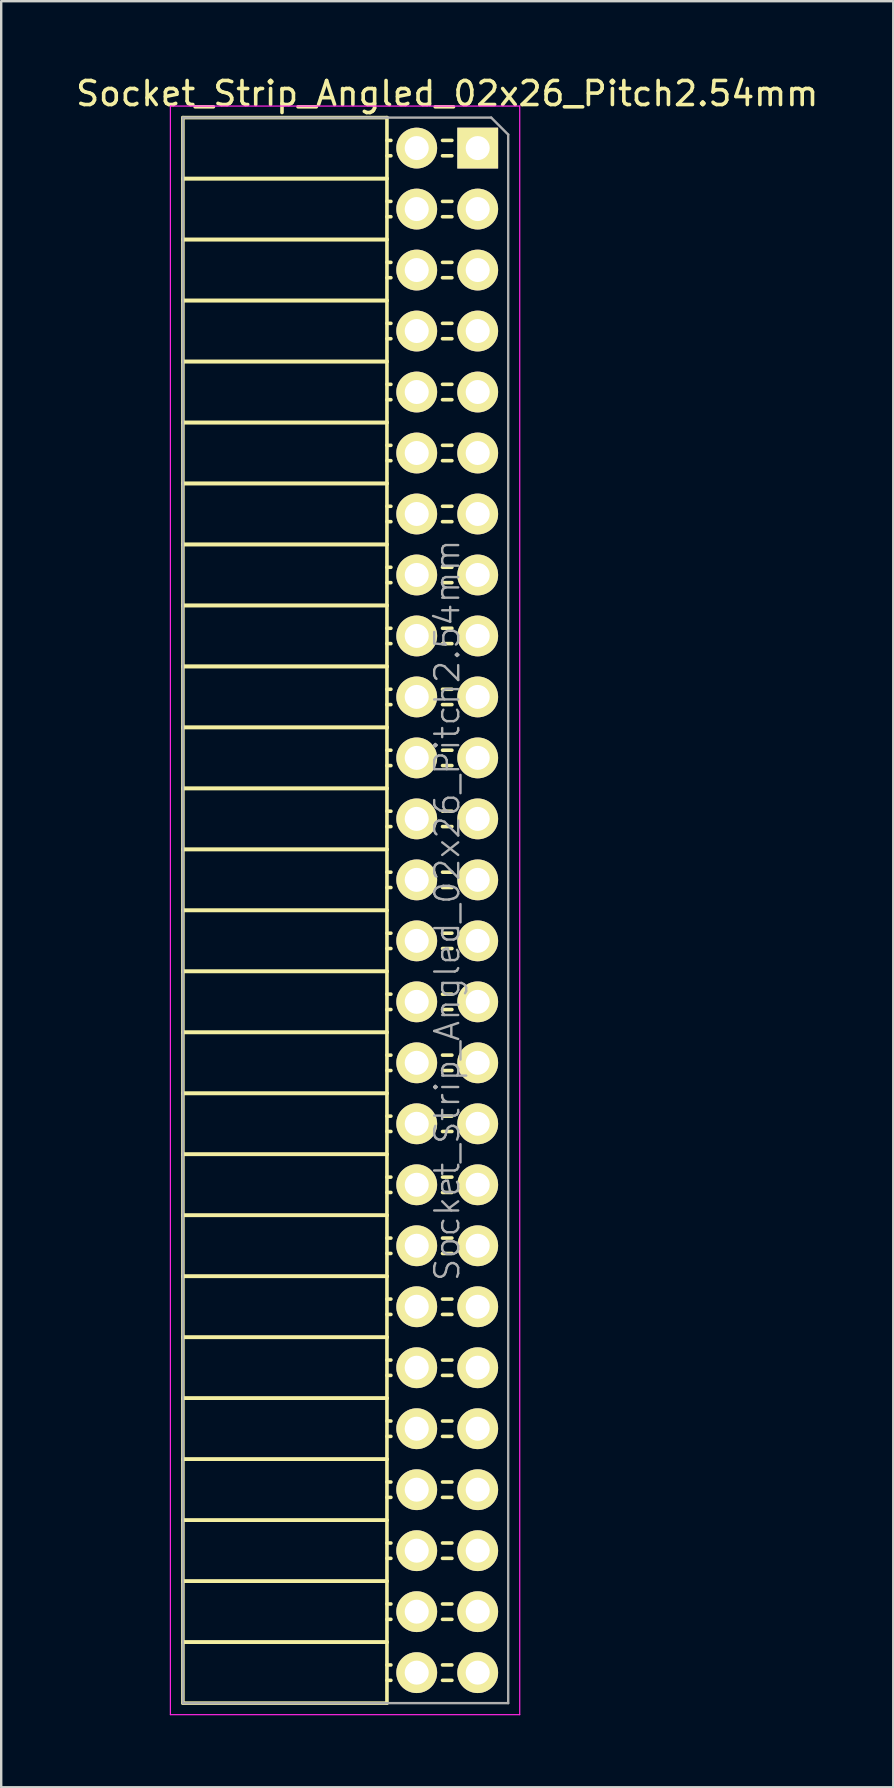
<source format=kicad_pcb>
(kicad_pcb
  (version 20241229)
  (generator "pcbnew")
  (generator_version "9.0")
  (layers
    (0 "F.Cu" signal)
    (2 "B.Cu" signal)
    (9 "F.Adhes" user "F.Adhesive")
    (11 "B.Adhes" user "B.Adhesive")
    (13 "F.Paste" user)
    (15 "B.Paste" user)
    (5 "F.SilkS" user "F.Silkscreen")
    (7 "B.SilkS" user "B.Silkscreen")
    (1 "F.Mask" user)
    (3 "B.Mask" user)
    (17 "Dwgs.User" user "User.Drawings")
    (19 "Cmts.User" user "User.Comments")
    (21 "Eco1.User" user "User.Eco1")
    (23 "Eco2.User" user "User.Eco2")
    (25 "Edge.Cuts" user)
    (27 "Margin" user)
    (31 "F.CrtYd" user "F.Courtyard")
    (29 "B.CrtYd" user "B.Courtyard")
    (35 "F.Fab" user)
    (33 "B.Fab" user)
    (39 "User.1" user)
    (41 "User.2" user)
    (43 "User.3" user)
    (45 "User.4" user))
  (footprint "Socket_Strip_Angled_02x26_Pitch2.54mm"
    (layer "F.Cu")
    (at 16.847 3.118)
    (property "Reference" "Socket_Strip_Angled_02x26_Pitch2.54mm" (at -1.27 -2.27 0) (layer "F.SilkS") (effects (font (size 1 1) (thickness 0.15))))
    (attr smd)
    (fp_line (start -12.28 -1.27) (end -12.28 1.27) (stroke (width 0.15) (type solid)) (layer "F.SilkS"))
    (fp_line (start -12.28 -1.27) (end -3.78 -1.27) (stroke (width 0.15) (type solid)) (layer "F.SilkS"))
    (fp_line (start -12.28 1.27) (end -12.28 3.81) (stroke (width 0.15) (type solid)) (layer "F.SilkS"))
    (fp_line (start -12.28 1.27) (end -3.78 1.27) (stroke (width 0.15) (type solid)) (layer "F.SilkS"))
    (fp_line (start -12.28 1.27) (end -3.78 1.27) (stroke (width 0.15) (type solid)) (layer "F.SilkS"))
    (fp_line (start -12.28 3.81) (end -12.28 6.35) (stroke (width 0.15) (type solid)) (layer "F.SilkS"))
    (fp_line (start -12.28 3.81) (end -3.78 3.81) (stroke (width 0.15) (type solid)) (layer "F.SilkS"))
    (fp_line (start -12.28 3.81) (end -3.78 3.81) (stroke (width 0.15) (type solid)) (layer "F.SilkS"))
    (fp_line (start -12.28 6.35) (end -12.28 8.89) (stroke (width 0.15) (type solid)) (layer "F.SilkS"))
    (fp_line (start -12.28 6.35) (end -3.78 6.35) (stroke (width 0.15) (type solid)) (layer "F.SilkS"))
    (fp_line (start -12.28 6.35) (end -3.78 6.35) (stroke (width 0.15) (type solid)) (layer "F.SilkS"))
    (fp_line (start -12.28 8.89) (end -12.28 11.43) (stroke (width 0.15) (type solid)) (layer "F.SilkS"))
    (fp_line (start -12.28 8.89) (end -3.78 8.89) (stroke (width 0.15) (type solid)) (layer "F.SilkS"))
    (fp_line (start -12.28 8.89) (end -3.78 8.89) (stroke (width 0.15) (type solid)) (layer "F.SilkS"))
    (fp_line (start -12.28 11.43) (end -12.28 13.97) (stroke (width 0.15) (type solid)) (layer "F.SilkS"))
    (fp_line (start -12.28 11.43) (end -3.78 11.43) (stroke (width 0.15) (type solid)) (layer "F.SilkS"))
    (fp_line (start -12.28 11.43) (end -3.78 11.43) (stroke (width 0.15) (type solid)) (layer "F.SilkS"))
    (fp_line (start -12.28 13.97) (end -12.28 16.51) (stroke (width 0.15) (type solid)) (layer "F.SilkS"))
    (fp_line (start -12.28 13.97) (end -3.78 13.97) (stroke (width 0.15) (type solid)) (layer "F.SilkS"))
    (fp_line (start -12.28 13.97) (end -3.78 13.97) (stroke (width 0.15) (type solid)) (layer "F.SilkS"))
    (fp_line (start -12.28 16.51) (end -12.28 19.05) (stroke (width 0.15) (type solid)) (layer "F.SilkS"))
    (fp_line (start -12.28 16.51) (end -3.78 16.51) (stroke (width 0.15) (type solid)) (layer "F.SilkS"))
    (fp_line (start -12.28 16.51) (end -3.78 16.51) (stroke (width 0.15) (type solid)) (layer "F.SilkS"))
    (fp_line (start -12.28 19.05) (end -12.28 21.59) (stroke (width 0.15) (type solid)) (layer "F.SilkS"))
    (fp_line (start -12.28 19.05) (end -3.78 19.05) (stroke (width 0.15) (type solid)) (layer "F.SilkS"))
    (fp_line (start -12.28 19.05) (end -3.78 19.05) (stroke (width 0.15) (type solid)) (layer "F.SilkS"))
    (fp_line (start -12.28 21.59) (end -12.28 24.13) (stroke (width 0.15) (type solid)) (layer "F.SilkS"))
    (fp_line (start -12.28 21.59) (end -3.78 21.59) (stroke (width 0.15) (type solid)) (layer "F.SilkS"))
    (fp_line (start -12.28 21.59) (end -3.78 21.59) (stroke (width 0.15) (type solid)) (layer "F.SilkS"))
    (fp_line (start -12.28 24.13) (end -12.28 26.67) (stroke (width 0.15) (type solid)) (layer "F.SilkS"))
    (fp_line (start -12.28 24.13) (end -3.78 24.13) (stroke (width 0.15) (type solid)) (layer "F.SilkS"))
    (fp_line (start -12.28 24.13) (end -3.78 24.13) (stroke (width 0.15) (type solid)) (layer "F.SilkS"))
    (fp_line (start -12.28 26.67) (end -12.28 29.21) (stroke (width 0.15) (type solid)) (layer "F.SilkS"))
    (fp_line (start -12.28 26.67) (end -3.78 26.67) (stroke (width 0.15) (type solid)) (layer "F.SilkS"))
    (fp_line (start -12.28 26.67) (end -3.78 26.67) (stroke (width 0.15) (type solid)) (layer "F.SilkS"))
    (fp_line (start -12.28 29.21) (end -12.28 31.75) (stroke (width 0.15) (type solid)) (layer "F.SilkS"))
    (fp_line (start -12.28 29.21) (end -3.78 29.21) (stroke (width 0.15) (type solid)) (layer "F.SilkS"))
    (fp_line (start -12.28 29.21) (end -3.78 29.21) (stroke (width 0.15) (type solid)) (layer "F.SilkS"))
    (fp_line (start -12.28 31.75) (end -12.28 34.29) (stroke (width 0.15) (type solid)) (layer "F.SilkS"))
    (fp_line (start -12.28 31.75) (end -3.78 31.75) (stroke (width 0.15) (type solid)) (layer "F.SilkS"))
    (fp_line (start -12.28 31.75) (end -3.78 31.75) (stroke (width 0.15) (type solid)) (layer "F.SilkS"))
    (fp_line (start -12.28 34.29) (end -12.28 36.83) (stroke (width 0.15) (type solid)) (layer "F.SilkS"))
    (fp_line (start -12.28 34.29) (end -3.78 34.29) (stroke (width 0.15) (type solid)) (layer "F.SilkS"))
    (fp_line (start -12.28 34.29) (end -3.78 34.29) (stroke (width 0.15) (type solid)) (layer "F.SilkS"))
    (fp_line (start -12.28 36.83) (end -12.28 39.37) (stroke (width 0.15) (type solid)) (layer "F.SilkS"))
    (fp_line (start -12.28 36.83) (end -3.78 36.83) (stroke (width 0.15) (type solid)) (layer "F.SilkS"))
    (fp_line (start -12.28 36.83) (end -3.78 36.83) (stroke (width 0.15) (type solid)) (layer "F.SilkS"))
    (fp_line (start -12.28 39.37) (end -12.28 41.91) (stroke (width 0.15) (type solid)) (layer "F.SilkS"))
    (fp_line (start -12.28 39.37) (end -3.78 39.37) (stroke (width 0.15) (type solid)) (layer "F.SilkS"))
    (fp_line (start -12.28 39.37) (end -3.78 39.37) (stroke (width 0.15) (type solid)) (layer "F.SilkS"))
    (fp_line (start -12.28 41.91) (end -12.28 44.45) (stroke (width 0.15) (type solid)) (layer "F.SilkS"))
    (fp_line (start -12.28 41.91) (end -3.78 41.91) (stroke (width 0.15) (type solid)) (layer "F.SilkS"))
    (fp_line (start -12.28 41.91) (end -3.78 41.91) (stroke (width 0.15) (type solid)) (layer "F.SilkS"))
    (fp_line (start -12.28 44.45) (end -12.28 46.99) (stroke (width 0.15) (type solid)) (layer "F.SilkS"))
    (fp_line (start -12.28 44.45) (end -3.78 44.45) (stroke (width 0.15) (type solid)) (layer "F.SilkS"))
    (fp_line (start -12.28 44.45) (end -3.78 44.45) (stroke (width 0.15) (type solid)) (layer "F.SilkS"))
    (fp_line (start -12.28 46.99) (end -12.28 49.53) (stroke (width 0.15) (type solid)) (layer "F.SilkS"))
    (fp_line (start -12.28 46.99) (end -3.78 46.99) (stroke (width 0.15) (type solid)) (layer "F.SilkS"))
    (fp_line (start -12.28 46.99) (end -3.78 46.99) (stroke (width 0.15) (type solid)) (layer "F.SilkS"))
    (fp_line (start -12.28 49.53) (end -12.28 52.07) (stroke (width 0.15) (type solid)) (layer "F.SilkS"))
    (fp_line (start -12.28 49.53) (end -3.78 49.53) (stroke (width 0.15) (type solid)) (layer "F.SilkS"))
    (fp_line (start -12.28 49.53) (end -3.78 49.53) (stroke (width 0.15) (type solid)) (layer "F.SilkS"))
    (fp_line (start -12.28 52.07) (end -12.28 54.61) (stroke (width 0.15) (type solid)) (layer "F.SilkS"))
    (fp_line (start -12.28 52.07) (end -3.78 52.07) (stroke (width 0.15) (type solid)) (layer "F.SilkS"))
    (fp_line (start -12.28 52.07) (end -3.78 52.07) (stroke (width 0.15) (type solid)) (layer "F.SilkS"))
    (fp_line (start -12.28 54.61) (end -12.28 57.15) (stroke (width 0.15) (type solid)) (layer "F.SilkS"))
    (fp_line (start -12.28 54.61) (end -3.78 54.61) (stroke (width 0.15) (type solid)) (layer "F.SilkS"))
    (fp_line (start -12.28 54.61) (end -3.78 54.61) (stroke (width 0.15) (type solid)) (layer "F.SilkS"))
    (fp_line (start -12.28 57.15) (end -12.28 59.69) (stroke (width 0.15) (type solid)) (layer "F.SilkS"))
    (fp_line (start -12.28 57.15) (end -3.78 57.15) (stroke (width 0.15) (type solid)) (layer "F.SilkS"))
    (fp_line (start -12.28 57.15) (end -3.78 57.15) (stroke (width 0.15) (type solid)) (layer "F.SilkS"))
    (fp_line (start -12.28 59.69) (end -12.28 62.23) (stroke (width 0.15) (type solid)) (layer "F.SilkS"))
    (fp_line (start -12.28 59.69) (end -3.78 59.69) (stroke (width 0.15) (type solid)) (layer "F.SilkS"))
    (fp_line (start -12.28 59.69) (end -3.78 59.69) (stroke (width 0.15) (type solid)) (layer "F.SilkS"))
    (fp_line (start -12.28 62.23) (end -12.28 64.77) (stroke (width 0.15) (type solid)) (layer "F.SilkS"))
    (fp_line (start -12.28 62.23) (end -3.78 62.23) (stroke (width 0.15) (type solid)) (layer "F.SilkS"))
    (fp_line (start -12.28 62.23) (end -3.78 62.23) (stroke (width 0.15) (type solid)) (layer "F.SilkS"))
    (fp_line (start -12.28 64.77) (end -3.78 64.77) (stroke (width 0.15) (type solid)) (layer "F.SilkS"))
    (fp_line (start -3.78 -1.27) (end -3.78 1.27) (stroke (width 0.15) (type solid)) (layer "F.SilkS"))
    (fp_line (start -3.78 -0.32) (end -3.615 -0.32) (stroke (width 0.15) (type solid)) (layer "F.SilkS"))
    (fp_line (start -3.78 0.32) (end -3.615 0.32) (stroke (width 0.15) (type solid)) (layer "F.SilkS"))
    (fp_line (start -3.78 1.27) (end -3.78 3.81) (stroke (width 0.15) (type solid)) (layer "F.SilkS"))
    (fp_line (start -3.78 2.22) (end -3.615 2.22) (stroke (width 0.15) (type solid)) (layer "F.SilkS"))
    (fp_line (start -3.78 2.86) (end -3.615 2.86) (stroke (width 0.15) (type solid)) (layer "F.SilkS"))
    (fp_line (start -3.78 3.81) (end -3.78 6.35) (stroke (width 0.15) (type solid)) (layer "F.SilkS"))
    (fp_line (start -3.78 4.76) (end -3.615 4.76) (stroke (width 0.15) (type solid)) (layer "F.SilkS"))
    (fp_line (start -3.78 5.4) (end -3.615 5.4) (stroke (width 0.15) (type solid)) (layer "F.SilkS"))
    (fp_line (start -3.78 6.35) (end -3.78 8.89) (stroke (width 0.15) (type solid)) (layer "F.SilkS"))
    (fp_line (start -3.78 7.3) (end -3.615 7.3) (stroke (width 0.15) (type solid)) (layer "F.SilkS"))
    (fp_line (start -3.78 7.94) (end -3.615 7.94) (stroke (width 0.15) (type solid)) (layer "F.SilkS"))
    (fp_line (start -3.78 8.89) (end -3.78 11.43) (stroke (width 0.15) (type solid)) (layer "F.SilkS"))
    (fp_line (start -3.78 9.84) (end -3.615 9.84) (stroke (width 0.15) (type solid)) (layer "F.SilkS"))
    (fp_line (start -3.78 10.48) (end -3.615 10.48) (stroke (width 0.15) (type solid)) (layer "F.SilkS"))
    (fp_line (start -3.78 11.43) (end -3.78 13.97) (stroke (width 0.15) (type solid)) (layer "F.SilkS"))
    (fp_line (start -3.78 12.38) (end -3.615 12.38) (stroke (width 0.15) (type solid)) (layer "F.SilkS"))
    (fp_line (start -3.78 13.02) (end -3.615 13.02) (stroke (width 0.15) (type solid)) (layer "F.SilkS"))
    (fp_line (start -3.78 13.97) (end -3.78 16.51) (stroke (width 0.15) (type solid)) (layer "F.SilkS"))
    (fp_line (start -3.78 14.92) (end -3.615 14.92) (stroke (width 0.15) (type solid)) (layer "F.SilkS"))
    (fp_line (start -3.78 15.56) (end -3.615 15.56) (stroke (width 0.15) (type solid)) (layer "F.SilkS"))
    (fp_line (start -3.78 16.51) (end -3.78 19.05) (stroke (width 0.15) (type solid)) (layer "F.SilkS"))
    (fp_line (start -3.78 17.46) (end -3.615 17.46) (stroke (width 0.15) (type solid)) (layer "F.SilkS"))
    (fp_line (start -3.78 18.1) (end -3.615 18.1) (stroke (width 0.15) (type solid)) (layer "F.SilkS"))
    (fp_line (start -3.78 19.05) (end -3.78 21.59) (stroke (width 0.15) (type solid)) (layer "F.SilkS"))
    (fp_line (start -3.78 20) (end -3.615 20) (stroke (width 0.15) (type solid)) (layer "F.SilkS"))
    (fp_line (start -3.78 20.64) (end -3.615 20.64) (stroke (width 0.15) (type solid)) (layer "F.SilkS"))
    (fp_line (start -3.78 21.59) (end -3.78 24.13) (stroke (width 0.15) (type solid)) (layer "F.SilkS"))
    (fp_line (start -3.78 22.54) (end -3.615 22.54) (stroke (width 0.15) (type solid)) (layer "F.SilkS"))
    (fp_line (start -3.78 23.18) (end -3.615 23.18) (stroke (width 0.15) (type solid)) (layer "F.SilkS"))
    (fp_line (start -3.78 24.13) (end -3.78 26.67) (stroke (width 0.15) (type solid)) (layer "F.SilkS"))
    (fp_line (start -3.78 25.08) (end -3.615 25.08) (stroke (width 0.15) (type solid)) (layer "F.SilkS"))
    (fp_line (start -3.78 25.72) (end -3.615 25.72) (stroke (width 0.15) (type solid)) (layer "F.SilkS"))
    (fp_line (start -3.78 26.67) (end -3.78 29.21) (stroke (width 0.15) (type solid)) (layer "F.SilkS"))
    (fp_line (start -3.78 27.62) (end -3.615 27.62) (stroke (width 0.15) (type solid)) (layer "F.SilkS"))
    (fp_line (start -3.78 28.26) (end -3.615 28.26) (stroke (width 0.15) (type solid)) (layer "F.SilkS"))
    (fp_line (start -3.78 29.21) (end -3.78 31.75) (stroke (width 0.15) (type solid)) (layer "F.SilkS"))
    (fp_line (start -3.78 30.16) (end -3.615 30.16) (stroke (width 0.15) (type solid)) (layer "F.SilkS"))
    (fp_line (start -3.78 30.8) (end -3.615 30.8) (stroke (width 0.15) (type solid)) (layer "F.SilkS"))
    (fp_line (start -3.78 31.75) (end -3.78 34.29) (stroke (width 0.15) (type solid)) (layer "F.SilkS"))
    (fp_line (start -3.78 32.7) (end -3.615 32.7) (stroke (width 0.15) (type solid)) (layer "F.SilkS"))
    (fp_line (start -3.78 33.34) (end -3.615 33.34) (stroke (width 0.15) (type solid)) (layer "F.SilkS"))
    (fp_line (start -3.78 34.29) (end -3.78 36.83) (stroke (width 0.15) (type solid)) (layer "F.SilkS"))
    (fp_line (start -3.78 35.24) (end -3.615 35.24) (stroke (width 0.15) (type solid)) (layer "F.SilkS"))
    (fp_line (start -3.78 35.88) (end -3.615 35.88) (stroke (width 0.15) (type solid)) (layer "F.SilkS"))
    (fp_line (start -3.78 36.83) (end -3.78 39.37) (stroke (width 0.15) (type solid)) (layer "F.SilkS"))
    (fp_line (start -3.78 37.78) (end -3.615 37.78) (stroke (width 0.15) (type solid)) (layer "F.SilkS"))
    (fp_line (start -3.78 38.42) (end -3.615 38.42) (stroke (width 0.15) (type solid)) (layer "F.SilkS"))
    (fp_line (start -3.78 39.37) (end -3.78 41.91) (stroke (width 0.15) (type solid)) (layer "F.SilkS"))
    (fp_line (start -3.78 40.32) (end -3.615 40.32) (stroke (width 0.15) (type solid)) (layer "F.SilkS"))
    (fp_line (start -3.78 40.96) (end -3.615 40.96) (stroke (width 0.15) (type solid)) (layer "F.SilkS"))
    (fp_line (start -3.78 41.91) (end -3.78 44.45) (stroke (width 0.15) (type solid)) (layer "F.SilkS"))
    (fp_line (start -3.78 42.86) (end -3.615 42.86) (stroke (width 0.15) (type solid)) (layer "F.SilkS"))
    (fp_line (start -3.78 43.5) (end -3.615 43.5) (stroke (width 0.15) (type solid)) (layer "F.SilkS"))
    (fp_line (start -3.78 44.45) (end -3.78 46.99) (stroke (width 0.15) (type solid)) (layer "F.SilkS"))
    (fp_line (start -3.78 45.4) (end -3.615 45.4) (stroke (width 0.15) (type solid)) (layer "F.SilkS"))
    (fp_line (start -3.78 46.04) (end -3.615 46.04) (stroke (width 0.15) (type solid)) (layer "F.SilkS"))
    (fp_line (start -3.78 46.99) (end -3.78 49.53) (stroke (width 0.15) (type solid)) (layer "F.SilkS"))
    (fp_line (start -3.78 47.94) (end -3.615 47.94) (stroke (width 0.15) (type solid)) (layer "F.SilkS"))
    (fp_line (start -3.78 48.58) (end -3.615 48.58) (stroke (width 0.15) (type solid)) (layer "F.SilkS"))
    (fp_line (start -3.78 49.53) (end -3.78 52.07) (stroke (width 0.15) (type solid)) (layer "F.SilkS"))
    (fp_line (start -3.78 50.48) (end -3.615 50.48) (stroke (width 0.15) (type solid)) (layer "F.SilkS"))
    (fp_line (start -3.78 51.12) (end -3.615 51.12) (stroke (width 0.15) (type solid)) (layer "F.SilkS"))
    (fp_line (start -3.78 52.07) (end -3.78 54.61) (stroke (width 0.15) (type solid)) (layer "F.SilkS"))
    (fp_line (start -3.78 53.02) (end -3.615 53.02) (stroke (width 0.15) (type solid)) (layer "F.SilkS"))
    (fp_line (start -3.78 53.66) (end -3.615 53.66) (stroke (width 0.15) (type solid)) (layer "F.SilkS"))
    (fp_line (start -3.78 54.61) (end -3.78 57.15) (stroke (width 0.15) (type solid)) (layer "F.SilkS"))
    (fp_line (start -3.78 55.56) (end -3.615 55.56) (stroke (width 0.15) (type solid)) (layer "F.SilkS"))
    (fp_line (start -3.78 56.2) (end -3.615 56.2) (stroke (width 0.15) (type solid)) (layer "F.SilkS"))
    (fp_line (start -3.78 57.15) (end -3.78 59.69) (stroke (width 0.15) (type solid)) (layer "F.SilkS"))
    (fp_line (start -3.78 58.1) (end -3.615 58.1) (stroke (width 0.15) (type solid)) (layer "F.SilkS"))
    (fp_line (start -3.78 58.74) (end -3.615 58.74) (stroke (width 0.15) (type solid)) (layer "F.SilkS"))
    (fp_line (start -3.78 59.69) (end -3.78 62.23) (stroke (width 0.15) (type solid)) (layer "F.SilkS"))
    (fp_line (start -3.78 60.64) (end -3.615 60.64) (stroke (width 0.15) (type solid)) (layer "F.SilkS"))
    (fp_line (start -3.78 61.28) (end -3.615 61.28) (stroke (width 0.15) (type solid)) (layer "F.SilkS"))
    (fp_line (start -3.78 62.23) (end -3.78 64.77) (stroke (width 0.15) (type solid)) (layer "F.SilkS"))
    (fp_line (start -3.78 63.18) (end -3.615 63.18) (stroke (width 0.15) (type solid)) (layer "F.SilkS"))
    (fp_line (start -3.78 63.82) (end -3.615 63.82) (stroke (width 0.15) (type solid)) (layer "F.SilkS"))
    (fp_line (start -1.075 -0.32) (end -1.465 -0.32) (stroke (width 0.15) (type solid)) (layer "F.SilkS"))
    (fp_line (start -1.075 0.32) (end -1.465 0.32) (stroke (width 0.15) (type solid)) (layer "F.SilkS"))
    (fp_line (start -1.075 2.22) (end -1.465 2.22) (stroke (width 0.15) (type solid)) (layer "F.SilkS"))
    (fp_line (start -1.075 2.86) (end -1.465 2.86) (stroke (width 0.15) (type solid)) (layer "F.SilkS"))
    (fp_line (start -1.075 4.76) (end -1.465 4.76) (stroke (width 0.15) (type solid)) (layer "F.SilkS"))
    (fp_line (start -1.075 5.4) (end -1.465 5.4) (stroke (width 0.15) (type solid)) (layer "F.SilkS"))
    (fp_line (start -1.075 7.3) (end -1.465 7.3) (stroke (width 0.15) (type solid)) (layer "F.SilkS"))
    (fp_line (start -1.075 7.94) (end -1.465 7.94) (stroke (width 0.15) (type solid)) (layer "F.SilkS"))
    (fp_line (start -1.075 9.84) (end -1.465 9.84) (stroke (width 0.15) (type solid)) (layer "F.SilkS"))
    (fp_line (start -1.075 10.48) (end -1.465 10.48) (stroke (width 0.15) (type solid)) (layer "F.SilkS"))
    (fp_line (start -1.075 12.38) (end -1.465 12.38) (stroke (width 0.15) (type solid)) (layer "F.SilkS"))
    (fp_line (start -1.075 13.02) (end -1.465 13.02) (stroke (width 0.15) (type solid)) (layer "F.SilkS"))
    (fp_line (start -1.075 14.92) (end -1.465 14.92) (stroke (width 0.15) (type solid)) (layer "F.SilkS"))
    (fp_line (start -1.075 15.56) (end -1.465 15.56) (stroke (width 0.15) (type solid)) (layer "F.SilkS"))
    (fp_line (start -1.075 17.46) (end -1.465 17.46) (stroke (width 0.15) (type solid)) (layer "F.SilkS"))
    (fp_line (start -1.075 18.1) (end -1.465 18.1) (stroke (width 0.15) (type solid)) (layer "F.SilkS"))
    (fp_line (start -1.075 20) (end -1.465 20) (stroke (width 0.15) (type solid)) (layer "F.SilkS"))
    (fp_line (start -1.075 20.64) (end -1.465 20.64) (stroke (width 0.15) (type solid)) (layer "F.SilkS"))
    (fp_line (start -1.075 22.54) (end -1.465 22.54) (stroke (width 0.15) (type solid)) (layer "F.SilkS"))
    (fp_line (start -1.075 23.18) (end -1.465 23.18) (stroke (width 0.15) (type solid)) (layer "F.SilkS"))
    (fp_line (start -1.075 25.08) (end -1.465 25.08) (stroke (width 0.15) (type solid)) (layer "F.SilkS"))
    (fp_line (start -1.075 25.72) (end -1.465 25.72) (stroke (width 0.15) (type solid)) (layer "F.SilkS"))
    (fp_line (start -1.075 27.62) (end -1.465 27.62) (stroke (width 0.15) (type solid)) (layer "F.SilkS"))
    (fp_line (start -1.075 28.26) (end -1.465 28.26) (stroke (width 0.15) (type solid)) (layer "F.SilkS"))
    (fp_line (start -1.075 30.16) (end -1.465 30.16) (stroke (width 0.15) (type solid)) (layer "F.SilkS"))
    (fp_line (start -1.075 30.8) (end -1.465 30.8) (stroke (width 0.15) (type solid)) (layer "F.SilkS"))
    (fp_line (start -1.075 32.7) (end -1.465 32.7) (stroke (width 0.15) (type solid)) (layer "F.SilkS"))
    (fp_line (start -1.075 33.34) (end -1.465 33.34) (stroke (width 0.15) (type solid)) (layer "F.SilkS"))
    (fp_line (start -1.075 35.24) (end -1.465 35.24) (stroke (width 0.15) (type solid)) (layer "F.SilkS"))
    (fp_line (start -1.075 35.88) (end -1.465 35.88) (stroke (width 0.15) (type solid)) (layer "F.SilkS"))
    (fp_line (start -1.075 37.78) (end -1.465 37.78) (stroke (width 0.15) (type solid)) (layer "F.SilkS"))
    (fp_line (start -1.075 38.42) (end -1.465 38.42) (stroke (width 0.15) (type solid)) (layer "F.SilkS"))
    (fp_line (start -1.075 40.32) (end -1.465 40.32) (stroke (width 0.15) (type solid)) (layer "F.SilkS"))
    (fp_line (start -1.075 40.96) (end -1.465 40.96) (stroke (width 0.15) (type solid)) (layer "F.SilkS"))
    (fp_line (start -1.075 42.86) (end -1.465 42.86) (stroke (width 0.15) (type solid)) (layer "F.SilkS"))
    (fp_line (start -1.075 43.5) (end -1.465 43.5) (stroke (width 0.15) (type solid)) (layer "F.SilkS"))
    (fp_line (start -1.075 45.4) (end -1.465 45.4) (stroke (width 0.15) (type solid)) (layer "F.SilkS"))
    (fp_line (start -1.075 46.04) (end -1.465 46.04) (stroke (width 0.15) (type solid)) (layer "F.SilkS"))
    (fp_line (start -1.075 47.94) (end -1.465 47.94) (stroke (width 0.15) (type solid)) (layer "F.SilkS"))
    (fp_line (start -1.075 48.58) (end -1.465 48.58) (stroke (width 0.15) (type solid)) (layer "F.SilkS"))
    (fp_line (start -1.075 50.48) (end -1.465 50.48) (stroke (width 0.15) (type solid)) (layer "F.SilkS"))
    (fp_line (start -1.075 51.12) (end -1.465 51.12) (stroke (width 0.15) (type solid)) (layer "F.SilkS"))
    (fp_line (start -1.075 53.02) (end -1.465 53.02) (stroke (width 0.15) (type solid)) (layer "F.SilkS"))
    (fp_line (start -1.075 53.66) (end -1.465 53.66) (stroke (width 0.15) (type solid)) (layer "F.SilkS"))
    (fp_line (start -1.075 55.56) (end -1.465 55.56) (stroke (width 0.15) (type solid)) (layer "F.SilkS"))
    (fp_line (start -1.075 56.2) (end -1.465 56.2) (stroke (width 0.15) (type solid)) (layer "F.SilkS"))
    (fp_line (start -1.075 58.1) (end -1.465 58.1) (stroke (width 0.15) (type solid)) (layer "F.SilkS"))
    (fp_line (start -1.075 58.74) (end -1.465 58.74) (stroke (width 0.15) (type solid)) (layer "F.SilkS"))
    (fp_line (start -1.075 60.64) (end -1.465 60.64) (stroke (width 0.15) (type solid)) (layer "F.SilkS"))
    (fp_line (start -1.075 61.28) (end -1.465 61.28) (stroke (width 0.15) (type solid)) (layer "F.SilkS"))
    (fp_line (start -1.075 63.18) (end -1.465 63.18) (stroke (width 0.15) (type solid)) (layer "F.SilkS"))
    (fp_line (start -1.075 63.82) (end -1.465 63.82) (stroke (width 0.15) (type solid)) (layer "F.SilkS"))
    (fp_line (start -12.8 -1.75) (end 1.75 -1.75) (stroke (width 0.05) (type solid)) (layer "F.CrtYd"))
    (fp_line (start -12.8 65.25) (end -12.8 -1.75) (stroke (width 0.05) (type solid)) (layer "F.CrtYd"))
    (fp_line (start -12.8 65.25) (end 1.75 65.25) (stroke (width 0.05) (type solid)) (layer "F.CrtYd"))
    (fp_line (start 1.75 65.25) (end 1.75 -1.75) (stroke (width 0.05) (type solid)) (layer "F.CrtYd"))
    (fp_line (start -12.28 -1.27) (end 0.563 -1.27) (stroke (width 0.1) (type solid)) (layer "F.Fab"))
    (fp_line (start -12.28 64.77) (end -12.28 -1.27) (stroke (width 0.1) (type solid)) (layer "F.Fab"))
    (fp_line (start -12.28 64.77) (end 1.27 64.77) (stroke (width 0.1) (type solid)) (layer "F.Fab"))
    (fp_line (start 1.27 -0.563) (end 0.563 -1.27) (stroke (width 0.1) (type solid)) (layer "F.Fab"))
    (fp_line (start 1.27 64.77) (end 1.27 -0.563) (stroke (width 0.1) (type solid)) (layer "F.Fab"))
    (fp_text user "${REFERENCE}" (at -1.27 31.75 90) (layer "F.Fab") (effects (font (size 1 1) (thickness 0.1))))
    (pad "1" thru_hole rect (at 0 0) (size 1.7 1.7) (drill 1) (layers "*.Cu" "*.Mask" "F.SilkS"))
    (pad "2" thru_hole oval (at -2.54 0) (size 1.7 1.7) (drill 1) (layers "*.Cu" "*.Mask" "F.SilkS"))
    (pad "3" thru_hole oval (at 0 2.54) (size 1.7 1.7) (drill 1) (layers "*.Cu" "*.Mask" "F.SilkS"))
    (pad "4" thru_hole oval (at -2.54 2.54) (size 1.7 1.7) (drill 1) (layers "*.Cu" "*.Mask" "F.SilkS"))
    (pad "5" thru_hole oval (at 0 5.08) (size 1.7 1.7) (drill 1) (layers "*.Cu" "*.Mask" "F.SilkS"))
    (pad "6" thru_hole oval (at -2.54 5.08) (size 1.7 1.7) (drill 1) (layers "*.Cu" "*.Mask" "F.SilkS"))
    (pad "7" thru_hole oval (at 0 7.62) (size 1.7 1.7) (drill 1) (layers "*.Cu" "*.Mask" "F.SilkS"))
    (pad "8" thru_hole oval (at -2.54 7.62) (size 1.7 1.7) (drill 1) (layers "*.Cu" "*.Mask" "F.SilkS"))
    (pad "9" thru_hole oval (at 0 10.16) (size 1.7 1.7) (drill 1) (layers "*.Cu" "*.Mask" "F.SilkS"))
    (pad "10" thru_hole oval (at -2.54 10.16) (size 1.7 1.7) (drill 1) (layers "*.Cu" "*.Mask" "F.SilkS"))
    (pad "11" thru_hole oval (at 0 12.7) (size 1.7 1.7) (drill 1) (layers "*.Cu" "*.Mask" "F.SilkS"))
    (pad "12" thru_hole oval (at -2.54 12.7) (size 1.7 1.7) (drill 1) (layers "*.Cu" "*.Mask" "F.SilkS"))
    (pad "13" thru_hole oval (at 0 15.24) (size 1.7 1.7) (drill 1) (layers "*.Cu" "*.Mask" "F.SilkS"))
    (pad "14" thru_hole oval (at -2.54 15.24) (size 1.7 1.7) (drill 1) (layers "*.Cu" "*.Mask" "F.SilkS"))
    (pad "15" thru_hole oval (at 0 17.78) (size 1.7 1.7) (drill 1) (layers "*.Cu" "*.Mask" "F.SilkS"))
    (pad "16" thru_hole oval (at -2.54 17.78) (size 1.7 1.7) (drill 1) (layers "*.Cu" "*.Mask" "F.SilkS"))
    (pad "17" thru_hole oval (at 0 20.32) (size 1.7 1.7) (drill 1) (layers "*.Cu" "*.Mask" "F.SilkS"))
    (pad "18" thru_hole oval (at -2.54 20.32) (size 1.7 1.7) (drill 1) (layers "*.Cu" "*.Mask" "F.SilkS"))
    (pad "19" thru_hole oval (at 0 22.86) (size 1.7 1.7) (drill 1) (layers "*.Cu" "*.Mask" "F.SilkS"))
    (pad "20" thru_hole oval (at -2.54 22.86) (size 1.7 1.7) (drill 1) (layers "*.Cu" "*.Mask" "F.SilkS"))
    (pad "21" thru_hole oval (at 0 25.4) (size 1.7 1.7) (drill 1) (layers "*.Cu" "*.Mask" "F.SilkS"))
    (pad "22" thru_hole oval (at -2.54 25.4) (size 1.7 1.7) (drill 1) (layers "*.Cu" "*.Mask" "F.SilkS"))
    (pad "23" thru_hole oval (at 0 27.94) (size 1.7 1.7) (drill 1) (layers "*.Cu" "*.Mask" "F.SilkS"))
    (pad "24" thru_hole oval (at -2.54 27.94) (size 1.7 1.7) (drill 1) (layers "*.Cu" "*.Mask" "F.SilkS"))
    (pad "25" thru_hole oval (at 0 30.48) (size 1.7 1.7) (drill 1) (layers "*.Cu" "*.Mask" "F.SilkS"))
    (pad "26" thru_hole oval (at -2.54 30.48) (size 1.7 1.7) (drill 1) (layers "*.Cu" "*.Mask" "F.SilkS"))
    (pad "27" thru_hole oval (at 0 33.02) (size 1.7 1.7) (drill 1) (layers "*.Cu" "*.Mask" "F.SilkS"))
    (pad "28" thru_hole oval (at -2.54 33.02) (size 1.7 1.7) (drill 1) (layers "*.Cu" "*.Mask" "F.SilkS"))
    (pad "29" thru_hole oval (at 0 35.56) (size 1.7 1.7) (drill 1) (layers "*.Cu" "*.Mask" "F.SilkS"))
    (pad "30" thru_hole oval (at -2.54 35.56) (size 1.7 1.7) (drill 1) (layers "*.Cu" "*.Mask" "F.SilkS"))
    (pad "31" thru_hole oval (at 0 38.1) (size 1.7 1.7) (drill 1) (layers "*.Cu" "*.Mask" "F.SilkS"))
    (pad "32" thru_hole oval (at -2.54 38.1) (size 1.7 1.7) (drill 1) (layers "*.Cu" "*.Mask" "F.SilkS"))
    (pad "33" thru_hole oval (at 0 40.64) (size 1.7 1.7) (drill 1) (layers "*.Cu" "*.Mask" "F.SilkS"))
    (pad "34" thru_hole oval (at -2.54 40.64) (size 1.7 1.7) (drill 1) (layers "*.Cu" "*.Mask" "F.SilkS"))
    (pad "35" thru_hole oval (at 0 43.18) (size 1.7 1.7) (drill 1) (layers "*.Cu" "*.Mask" "F.SilkS"))
    (pad "36" thru_hole oval (at -2.54 43.18) (size 1.7 1.7) (drill 1) (layers "*.Cu" "*.Mask" "F.SilkS"))
    (pad "37" thru_hole oval (at 0 45.72) (size 1.7 1.7) (drill 1) (layers "*.Cu" "*.Mask" "F.SilkS"))
    (pad "38" thru_hole oval (at -2.54 45.72) (size 1.7 1.7) (drill 1) (layers "*.Cu" "*.Mask" "F.SilkS"))
    (pad "39" thru_hole oval (at 0 48.26) (size 1.7 1.7) (drill 1) (layers "*.Cu" "*.Mask" "F.SilkS"))
    (pad "40" thru_hole oval (at -2.54 48.26) (size 1.7 1.7) (drill 1) (layers "*.Cu" "*.Mask" "F.SilkS"))
    (pad "41" thru_hole oval (at 0 50.8) (size 1.7 1.7) (drill 1) (layers "*.Cu" "*.Mask" "F.SilkS"))
    (pad "42" thru_hole oval (at -2.54 50.8) (size 1.7 1.7) (drill 1) (layers "*.Cu" "*.Mask" "F.SilkS"))
    (pad "43" thru_hole oval (at 0 53.34) (size 1.7 1.7) (drill 1) (layers "*.Cu" "*.Mask" "F.SilkS"))
    (pad "44" thru_hole oval (at -2.54 53.34) (size 1.7 1.7) (drill 1) (layers "*.Cu" "*.Mask" "F.SilkS"))
    (pad "45" thru_hole oval (at 0 55.88) (size 1.7 1.7) (drill 1) (layers "*.Cu" "*.Mask" "F.SilkS"))
    (pad "46" thru_hole oval (at -2.54 55.88) (size 1.7 1.7) (drill 1) (layers "*.Cu" "*.Mask" "F.SilkS"))
    (pad "47" thru_hole oval (at 0 58.42) (size 1.7 1.7) (drill 1) (layers "*.Cu" "*.Mask" "F.SilkS"))
    (pad "48" thru_hole oval (at -2.54 58.42) (size 1.7 1.7) (drill 1) (layers "*.Cu" "*.Mask" "F.SilkS"))
    (pad "49" thru_hole oval (at 0 60.96) (size 1.7 1.7) (drill 1) (layers "*.Cu" "*.Mask" "F.SilkS"))
    (pad "50" thru_hole oval (at -2.54 60.96) (size 1.7 1.7) (drill 1) (layers "*.Cu" "*.Mask" "F.SilkS"))
    (pad "51" thru_hole oval (at 0 63.5) (size 1.7 1.7) (drill 1) (layers "*.Cu" "*.Mask" "F.SilkS"))
    (pad "52" thru_hole oval (at -2.54 63.5) (size 1.7 1.7) (drill 1) (layers "*.Cu" "*.Mask" "F.SilkS")))
  (gr_rect
    (start -3 -3)
    (end 34.155 71.393)
    (stroke (width 0.1) (type default))
    (fill no)
    (layer "Edge.Cuts")))
</source>
